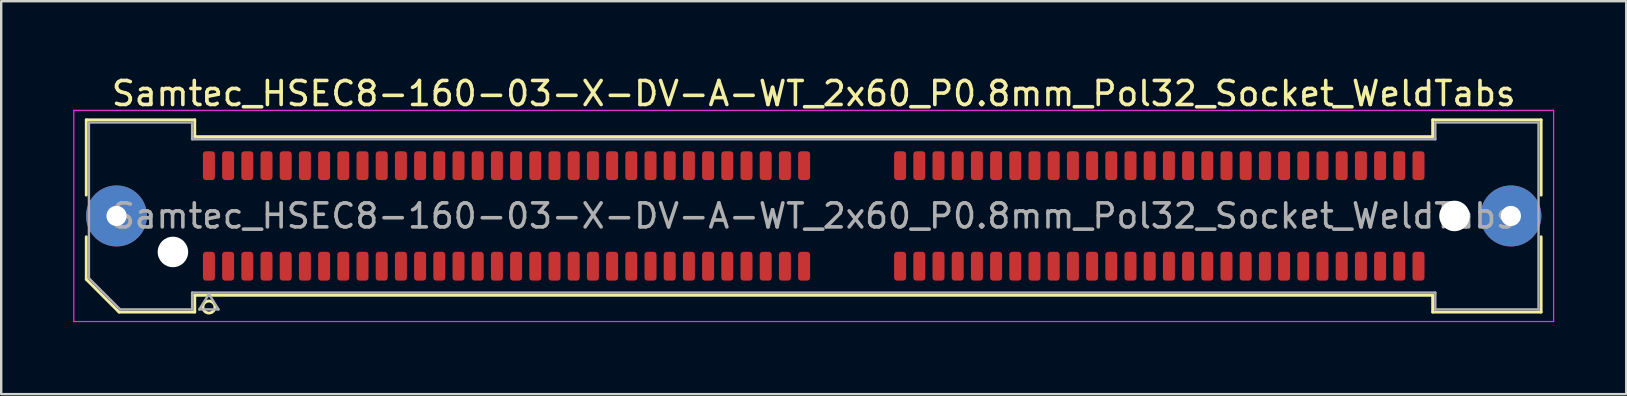
<source format=kicad_pcb>
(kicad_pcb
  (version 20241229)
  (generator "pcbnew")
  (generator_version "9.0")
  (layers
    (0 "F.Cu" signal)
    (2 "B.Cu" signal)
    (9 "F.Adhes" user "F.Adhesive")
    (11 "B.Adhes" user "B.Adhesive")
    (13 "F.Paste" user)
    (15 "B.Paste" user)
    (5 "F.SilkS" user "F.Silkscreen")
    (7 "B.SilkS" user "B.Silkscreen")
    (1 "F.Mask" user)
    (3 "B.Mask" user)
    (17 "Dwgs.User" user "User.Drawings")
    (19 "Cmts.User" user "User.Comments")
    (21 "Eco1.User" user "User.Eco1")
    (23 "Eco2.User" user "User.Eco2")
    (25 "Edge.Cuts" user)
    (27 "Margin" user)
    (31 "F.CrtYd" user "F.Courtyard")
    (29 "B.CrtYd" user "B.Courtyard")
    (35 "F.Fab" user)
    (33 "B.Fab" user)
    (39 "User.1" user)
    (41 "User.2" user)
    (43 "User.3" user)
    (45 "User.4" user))
  (footprint "Samtec_HSEC8-160-03-X-DV-A-WT_2x60_P0.8mm_Pol32_Socket_WeldTabs"
    (layer "F.Cu")
    (at 30.855 5.948)
    (property "Reference" "Samtec_HSEC8-160-03-X-DV-A-WT_2x60_P0.8mm_Pol32_Socket_WeldTabs" (at 0 -5.1 0) (layer "F.SilkS") (effects (font (size 1 1) (thickness 0.15))))
    (attr smd)
    (fp_line (start -30.31 -4.005) (end -25.79 -4.005) (stroke (width 0.12) (type solid)) (layer "F.SilkS"))
    (fp_line (start -30.31 -0.868) (end -30.31 -4.005) (stroke (width 0.12) (type solid)) (layer "F.SilkS"))
    (fp_line (start -30.31 2.641) (end -30.31 0.868) (stroke (width 0.12) (type solid)) (layer "F.SilkS"))
    (fp_line (start -28.946 4.005) (end -30.31 2.641) (stroke (width 0.12) (type solid)) (layer "F.SilkS"))
    (fp_line (start -25.79 -4.005) (end -25.79 -3.305) (stroke (width 0.12) (type solid)) (layer "F.SilkS"))
    (fp_line (start -25.79 -3.305) (end 25.79 -3.305) (stroke (width 0.12) (type solid)) (layer "F.SilkS"))
    (fp_line (start -25.79 3.305) (end -25.79 4.005) (stroke (width 0.12) (type solid)) (layer "F.SilkS"))
    (fp_line (start -25.79 4.005) (end -28.946 4.005) (stroke (width 0.12) (type solid)) (layer "F.SilkS"))
    (fp_line (start 25.79 -4.005) (end 30.31 -4.005) (stroke (width 0.12) (type solid)) (layer "F.SilkS"))
    (fp_line (start 25.79 -3.305) (end 25.79 -4.005) (stroke (width 0.12) (type solid)) (layer "F.SilkS"))
    (fp_line (start 25.79 3.305) (end -25.79 3.305) (stroke (width 0.12) (type solid)) (layer "F.SilkS"))
    (fp_line (start 25.79 4.005) (end 25.79 3.305) (stroke (width 0.12) (type solid)) (layer "F.SilkS"))
    (fp_line (start 30.31 -4.005) (end 30.31 -0.868) (stroke (width 0.12) (type solid)) (layer "F.SilkS"))
    (fp_line (start 30.31 0.868) (end 30.31 4.005) (stroke (width 0.12) (type solid)) (layer "F.SilkS"))
    (fp_line (start 30.31 4.005) (end 25.79 4.005) (stroke (width 0.12) (type solid)) (layer "F.SilkS"))
    (fp_arc (start -24.95 3.795) (mid -25.45 3.795) (end -24.95 3.795) (stroke (width 0.12) (type solid)) (layer "F.SilkS"))
    (fp_line (start -30.83 -4.4) (end -30.83 4.4) (stroke (width 0.05) (type solid)) (layer "F.CrtYd"))
    (fp_line (start -30.83 4.4) (end 30.83 4.4) (stroke (width 0.05) (type solid)) (layer "F.CrtYd"))
    (fp_line (start 30.83 -4.4) (end -30.83 -4.4) (stroke (width 0.05) (type solid)) (layer "F.CrtYd"))
    (fp_line (start 30.83 4.4) (end 30.83 -4.4) (stroke (width 0.05) (type solid)) (layer "F.CrtYd"))
    (fp_line (start -30.2 -3.895) (end -25.9 -3.895) (stroke (width 0.1) (type solid)) (layer "F.Fab"))
    (fp_line (start -30.2 2.595) (end -30.2 -3.895) (stroke (width 0.1) (type solid)) (layer "F.Fab"))
    (fp_line (start -28.9 3.895) (end -30.2 2.595) (stroke (width 0.1) (type solid)) (layer "F.Fab"))
    (fp_line (start -25.9 -3.895) (end -25.9 -3.195) (stroke (width 0.1) (type solid)) (layer "F.Fab"))
    (fp_line (start -25.9 -3.195) (end 25.9 -3.195) (stroke (width 0.1) (type solid)) (layer "F.Fab"))
    (fp_line (start -25.9 3.195) (end -25.9 3.895) (stroke (width 0.1) (type solid)) (layer "F.Fab"))
    (fp_line (start -25.9 3.895) (end -28.9 3.895) (stroke (width 0.1) (type solid)) (layer "F.Fab"))
    (fp_line (start -25.6 3.895) (end -25.2 3.255) (stroke (width 0.1) (type solid)) (layer "F.Fab"))
    (fp_line (start -25.2 3.255) (end -24.8 3.895) (stroke (width 0.1) (type solid)) (layer "F.Fab"))
    (fp_line (start -24.8 3.895) (end -25.6 3.895) (stroke (width 0.1) (type solid)) (layer "F.Fab"))
    (fp_line (start 25.9 -3.895) (end 30.2 -3.895) (stroke (width 0.1) (type solid)) (layer "F.Fab"))
    (fp_line (start 25.9 -3.195) (end 25.9 -3.895) (stroke (width 0.1) (type solid)) (layer "F.Fab"))
    (fp_line (start 25.9 3.195) (end -25.9 3.195) (stroke (width 0.1) (type solid)) (layer "F.Fab"))
    (fp_line (start 25.9 3.895) (end 25.9 3.195) (stroke (width 0.1) (type solid)) (layer "F.Fab"))
    (fp_line (start 30.2 -3.895) (end 30.2 3.895) (stroke (width 0.1) (type solid)) (layer "F.Fab"))
    (fp_line (start 30.2 3.895) (end 25.9 3.895) (stroke (width 0.1) (type solid)) (layer "F.Fab"))
    (fp_text user "${REFERENCE}" (at 0 0 0) (layer "F.Fab") (effects (font (size 1 1) (thickness 0.15))))
    (pad "" thru_hole circle (at -29.05 0) (size 2.54 2.54) (drill 0.84) (layers "*.Cu" "*.Mask" "F.Paste"))
    (pad "" np_thru_hole circle (at -26.7 1.5) (size 1.27 1.27) (drill 1.27) (layers "*.Cu" "*.Mask"))
    (pad "" np_thru_hole circle (at 26.7 0) (size 1.27 1.27) (drill 1.27) (layers "*.Cu" "*.Mask"))
    (pad "" thru_hole circle (at 29.05 0) (size 2.54 2.54) (drill 0.84) (layers "*.Cu" "*.Mask" "F.Paste"))
    (pad "1" smd roundrect (at -25.2 2.095) (size 0.5 1.2) (layers "F.Cu" "F.Mask" "F.Paste") (roundrect_rratio 0.25))
    (pad "2" smd roundrect (at -25.2 -2.095) (size 0.5 1.2) (layers "F.Cu" "F.Mask" "F.Paste") (roundrect_rratio 0.25))
    (pad "3" smd roundrect (at -24.4 2.095) (size 0.5 1.2) (layers "F.Cu" "F.Mask" "F.Paste") (roundrect_rratio 0.25))
    (pad "4" smd roundrect (at -24.4 -2.095) (size 0.5 1.2) (layers "F.Cu" "F.Mask" "F.Paste") (roundrect_rratio 0.25))
    (pad "5" smd roundrect (at -23.6 2.095) (size 0.5 1.2) (layers "F.Cu" "F.Mask" "F.Paste") (roundrect_rratio 0.25))
    (pad "6" smd roundrect (at -23.6 -2.095) (size 0.5 1.2) (layers "F.Cu" "F.Mask" "F.Paste") (roundrect_rratio 0.25))
    (pad "7" smd roundrect (at -22.8 2.095) (size 0.5 1.2) (layers "F.Cu" "F.Mask" "F.Paste") (roundrect_rratio 0.25))
    (pad "8" smd roundrect (at -22.8 -2.095) (size 0.5 1.2) (layers "F.Cu" "F.Mask" "F.Paste") (roundrect_rratio 0.25))
    (pad "9" smd roundrect (at -22 2.095) (size 0.5 1.2) (layers "F.Cu" "F.Mask" "F.Paste") (roundrect_rratio 0.25))
    (pad "10" smd roundrect (at -22 -2.095) (size 0.5 1.2) (layers "F.Cu" "F.Mask" "F.Paste") (roundrect_rratio 0.25))
    (pad "11" smd roundrect (at -21.2 2.095) (size 0.5 1.2) (layers "F.Cu" "F.Mask" "F.Paste") (roundrect_rratio 0.25))
    (pad "12" smd roundrect (at -21.2 -2.095) (size 0.5 1.2) (layers "F.Cu" "F.Mask" "F.Paste") (roundrect_rratio 0.25))
    (pad "13" smd roundrect (at -20.4 2.095) (size 0.5 1.2) (layers "F.Cu" "F.Mask" "F.Paste") (roundrect_rratio 0.25))
    (pad "14" smd roundrect (at -20.4 -2.095) (size 0.5 1.2) (layers "F.Cu" "F.Mask" "F.Paste") (roundrect_rratio 0.25))
    (pad "15" smd roundrect (at -19.6 2.095) (size 0.5 1.2) (layers "F.Cu" "F.Mask" "F.Paste") (roundrect_rratio 0.25))
    (pad "16" smd roundrect (at -19.6 -2.095) (size 0.5 1.2) (layers "F.Cu" "F.Mask" "F.Paste") (roundrect_rratio 0.25))
    (pad "17" smd roundrect (at -18.8 2.095) (size 0.5 1.2) (layers "F.Cu" "F.Mask" "F.Paste") (roundrect_rratio 0.25))
    (pad "18" smd roundrect (at -18.8 -2.095) (size 0.5 1.2) (layers "F.Cu" "F.Mask" "F.Paste") (roundrect_rratio 0.25))
    (pad "19" smd roundrect (at -18 2.095) (size 0.5 1.2) (layers "F.Cu" "F.Mask" "F.Paste") (roundrect_rratio 0.25))
    (pad "20" smd roundrect (at -18 -2.095) (size 0.5 1.2) (layers "F.Cu" "F.Mask" "F.Paste") (roundrect_rratio 0.25))
    (pad "21" smd roundrect (at -17.2 2.095) (size 0.5 1.2) (layers "F.Cu" "F.Mask" "F.Paste") (roundrect_rratio 0.25))
    (pad "22" smd roundrect (at -17.2 -2.095) (size 0.5 1.2) (layers "F.Cu" "F.Mask" "F.Paste") (roundrect_rratio 0.25))
    (pad "23" smd roundrect (at -16.4 2.095) (size 0.5 1.2) (layers "F.Cu" "F.Mask" "F.Paste") (roundrect_rratio 0.25))
    (pad "24" smd roundrect (at -16.4 -2.095) (size 0.5 1.2) (layers "F.Cu" "F.Mask" "F.Paste") (roundrect_rratio 0.25))
    (pad "25" smd roundrect (at -15.6 2.095) (size 0.5 1.2) (layers "F.Cu" "F.Mask" "F.Paste") (roundrect_rratio 0.25))
    (pad "26" smd roundrect (at -15.6 -2.095) (size 0.5 1.2) (layers "F.Cu" "F.Mask" "F.Paste") (roundrect_rratio 0.25))
    (pad "27" smd roundrect (at -14.8 2.095) (size 0.5 1.2) (layers "F.Cu" "F.Mask" "F.Paste") (roundrect_rratio 0.25))
    (pad "28" smd roundrect (at -14.8 -2.095) (size 0.5 1.2) (layers "F.Cu" "F.Mask" "F.Paste") (roundrect_rratio 0.25))
    (pad "29" smd roundrect (at -14 2.095) (size 0.5 1.2) (layers "F.Cu" "F.Mask" "F.Paste") (roundrect_rratio 0.25))
    (pad "30" smd roundrect (at -14 -2.095) (size 0.5 1.2) (layers "F.Cu" "F.Mask" "F.Paste") (roundrect_rratio 0.25))
    (pad "31" smd roundrect (at -13.2 2.095) (size 0.5 1.2) (layers "F.Cu" "F.Mask" "F.Paste") (roundrect_rratio 0.25))
    (pad "32" smd roundrect (at -13.2 -2.095) (size 0.5 1.2) (layers "F.Cu" "F.Mask" "F.Paste") (roundrect_rratio 0.25))
    (pad "33" smd roundrect (at -12.4 2.095) (size 0.5 1.2) (layers "F.Cu" "F.Mask" "F.Paste") (roundrect_rratio 0.25))
    (pad "34" smd roundrect (at -12.4 -2.095) (size 0.5 1.2) (layers "F.Cu" "F.Mask" "F.Paste") (roundrect_rratio 0.25))
    (pad "35" smd roundrect (at -11.6 2.095) (size 0.5 1.2) (layers "F.Cu" "F.Mask" "F.Paste") (roundrect_rratio 0.25))
    (pad "36" smd roundrect (at -11.6 -2.095) (size 0.5 1.2) (layers "F.Cu" "F.Mask" "F.Paste") (roundrect_rratio 0.25))
    (pad "37" smd roundrect (at -10.8 2.095) (size 0.5 1.2) (layers "F.Cu" "F.Mask" "F.Paste") (roundrect_rratio 0.25))
    (pad "38" smd roundrect (at -10.8 -2.095) (size 0.5 1.2) (layers "F.Cu" "F.Mask" "F.Paste") (roundrect_rratio 0.25))
    (pad "39" smd roundrect (at -10 2.095) (size 0.5 1.2) (layers "F.Cu" "F.Mask" "F.Paste") (roundrect_rratio 0.25))
    (pad "40" smd roundrect (at -10 -2.095) (size 0.5 1.2) (layers "F.Cu" "F.Mask" "F.Paste") (roundrect_rratio 0.25))
    (pad "41" smd roundrect (at -9.2 2.095) (size 0.5 1.2) (layers "F.Cu" "F.Mask" "F.Paste") (roundrect_rratio 0.25))
    (pad "42" smd roundrect (at -9.2 -2.095) (size 0.5 1.2) (layers "F.Cu" "F.Mask" "F.Paste") (roundrect_rratio 0.25))
    (pad "43" smd roundrect (at -8.4 2.095) (size 0.5 1.2) (layers "F.Cu" "F.Mask" "F.Paste") (roundrect_rratio 0.25))
    (pad "44" smd roundrect (at -8.4 -2.095) (size 0.5 1.2) (layers "F.Cu" "F.Mask" "F.Paste") (roundrect_rratio 0.25))
    (pad "45" smd roundrect (at -7.6 2.095) (size 0.5 1.2) (layers "F.Cu" "F.Mask" "F.Paste") (roundrect_rratio 0.25))
    (pad "46" smd roundrect (at -7.6 -2.095) (size 0.5 1.2) (layers "F.Cu" "F.Mask" "F.Paste") (roundrect_rratio 0.25))
    (pad "47" smd roundrect (at -6.8 2.095) (size 0.5 1.2) (layers "F.Cu" "F.Mask" "F.Paste") (roundrect_rratio 0.25))
    (pad "48" smd roundrect (at -6.8 -2.095) (size 0.5 1.2) (layers "F.Cu" "F.Mask" "F.Paste") (roundrect_rratio 0.25))
    (pad "49" smd roundrect (at -6 2.095) (size 0.5 1.2) (layers "F.Cu" "F.Mask" "F.Paste") (roundrect_rratio 0.25))
    (pad "50" smd roundrect (at -6 -2.095) (size 0.5 1.2) (layers "F.Cu" "F.Mask" "F.Paste") (roundrect_rratio 0.25))
    (pad "51" smd roundrect (at -5.2 2.095) (size 0.5 1.2) (layers "F.Cu" "F.Mask" "F.Paste") (roundrect_rratio 0.25))
    (pad "52" smd roundrect (at -5.2 -2.095) (size 0.5 1.2) (layers "F.Cu" "F.Mask" "F.Paste") (roundrect_rratio 0.25))
    (pad "53" smd roundrect (at -4.4 2.095) (size 0.5 1.2) (layers "F.Cu" "F.Mask" "F.Paste") (roundrect_rratio 0.25))
    (pad "54" smd roundrect (at -4.4 -2.095) (size 0.5 1.2) (layers "F.Cu" "F.Mask" "F.Paste") (roundrect_rratio 0.25))
    (pad "55" smd roundrect (at -3.6 2.095) (size 0.5 1.2) (layers "F.Cu" "F.Mask" "F.Paste") (roundrect_rratio 0.25))
    (pad "56" smd roundrect (at -3.6 -2.095) (size 0.5 1.2) (layers "F.Cu" "F.Mask" "F.Paste") (roundrect_rratio 0.25))
    (pad "57" smd roundrect (at -2.8 2.095) (size 0.5 1.2) (layers "F.Cu" "F.Mask" "F.Paste") (roundrect_rratio 0.25))
    (pad "58" smd roundrect (at -2.8 -2.095) (size 0.5 1.2) (layers "F.Cu" "F.Mask" "F.Paste") (roundrect_rratio 0.25))
    (pad "59" smd roundrect (at -2 2.095) (size 0.5 1.2) (layers "F.Cu" "F.Mask" "F.Paste") (roundrect_rratio 0.25))
    (pad "60" smd roundrect (at -2 -2.095) (size 0.5 1.2) (layers "F.Cu" "F.Mask" "F.Paste") (roundrect_rratio 0.25))
    (pad "61" smd roundrect (at -1.2 2.095) (size 0.5 1.2) (layers "F.Cu" "F.Mask" "F.Paste") (roundrect_rratio 0.25))
    (pad "62" smd roundrect (at -1.2 -2.095) (size 0.5 1.2) (layers "F.Cu" "F.Mask" "F.Paste") (roundrect_rratio 0.25))
    (pad "63" smd roundrect (at -0.4 2.095) (size 0.5 1.2) (layers "F.Cu" "F.Mask" "F.Paste") (roundrect_rratio 0.25))
    (pad "64" smd roundrect (at -0.4 -2.095) (size 0.5 1.2) (layers "F.Cu" "F.Mask" "F.Paste") (roundrect_rratio 0.25))
    (pad "65" smd roundrect (at 3.6 2.095) (size 0.5 1.2) (layers "F.Cu" "F.Mask" "F.Paste") (roundrect_rratio 0.25))
    (pad "66" smd roundrect (at 3.6 -2.095) (size 0.5 1.2) (layers "F.Cu" "F.Mask" "F.Paste") (roundrect_rratio 0.25))
    (pad "67" smd roundrect (at 4.4 2.095) (size 0.5 1.2) (layers "F.Cu" "F.Mask" "F.Paste") (roundrect_rratio 0.25))
    (pad "68" smd roundrect (at 4.4 -2.095) (size 0.5 1.2) (layers "F.Cu" "F.Mask" "F.Paste") (roundrect_rratio 0.25))
    (pad "69" smd roundrect (at 5.2 2.095) (size 0.5 1.2) (layers "F.Cu" "F.Mask" "F.Paste") (roundrect_rratio 0.25))
    (pad "70" smd roundrect (at 5.2 -2.095) (size 0.5 1.2) (layers "F.Cu" "F.Mask" "F.Paste") (roundrect_rratio 0.25))
    (pad "71" smd roundrect (at 6 2.095) (size 0.5 1.2) (layers "F.Cu" "F.Mask" "F.Paste") (roundrect_rratio 0.25))
    (pad "72" smd roundrect (at 6 -2.095) (size 0.5 1.2) (layers "F.Cu" "F.Mask" "F.Paste") (roundrect_rratio 0.25))
    (pad "73" smd roundrect (at 6.8 2.095) (size 0.5 1.2) (layers "F.Cu" "F.Mask" "F.Paste") (roundrect_rratio 0.25))
    (pad "74" smd roundrect (at 6.8 -2.095) (size 0.5 1.2) (layers "F.Cu" "F.Mask" "F.Paste") (roundrect_rratio 0.25))
    (pad "75" smd roundrect (at 7.6 2.095) (size 0.5 1.2) (layers "F.Cu" "F.Mask" "F.Paste") (roundrect_rratio 0.25))
    (pad "76" smd roundrect (at 7.6 -2.095) (size 0.5 1.2) (layers "F.Cu" "F.Mask" "F.Paste") (roundrect_rratio 0.25))
    (pad "77" smd roundrect (at 8.4 2.095) (size 0.5 1.2) (layers "F.Cu" "F.Mask" "F.Paste") (roundrect_rratio 0.25))
    (pad "78" smd roundrect (at 8.4 -2.095) (size 0.5 1.2) (layers "F.Cu" "F.Mask" "F.Paste") (roundrect_rratio 0.25))
    (pad "79" smd roundrect (at 9.2 2.095) (size 0.5 1.2) (layers "F.Cu" "F.Mask" "F.Paste") (roundrect_rratio 0.25))
    (pad "80" smd roundrect (at 9.2 -2.095) (size 0.5 1.2) (layers "F.Cu" "F.Mask" "F.Paste") (roundrect_rratio 0.25))
    (pad "81" smd roundrect (at 10 2.095) (size 0.5 1.2) (layers "F.Cu" "F.Mask" "F.Paste") (roundrect_rratio 0.25))
    (pad "82" smd roundrect (at 10 -2.095) (size 0.5 1.2) (layers "F.Cu" "F.Mask" "F.Paste") (roundrect_rratio 0.25))
    (pad "83" smd roundrect (at 10.8 2.095) (size 0.5 1.2) (layers "F.Cu" "F.Mask" "F.Paste") (roundrect_rratio 0.25))
    (pad "84" smd roundrect (at 10.8 -2.095) (size 0.5 1.2) (layers "F.Cu" "F.Mask" "F.Paste") (roundrect_rratio 0.25))
    (pad "85" smd roundrect (at 11.6 2.095) (size 0.5 1.2) (layers "F.Cu" "F.Mask" "F.Paste") (roundrect_rratio 0.25))
    (pad "86" smd roundrect (at 11.6 -2.095) (size 0.5 1.2) (layers "F.Cu" "F.Mask" "F.Paste") (roundrect_rratio 0.25))
    (pad "87" smd roundrect (at 12.4 2.095) (size 0.5 1.2) (layers "F.Cu" "F.Mask" "F.Paste") (roundrect_rratio 0.25))
    (pad "88" smd roundrect (at 12.4 -2.095) (size 0.5 1.2) (layers "F.Cu" "F.Mask" "F.Paste") (roundrect_rratio 0.25))
    (pad "89" smd roundrect (at 13.2 2.095) (size 0.5 1.2) (layers "F.Cu" "F.Mask" "F.Paste") (roundrect_rratio 0.25))
    (pad "90" smd roundrect (at 13.2 -2.095) (size 0.5 1.2) (layers "F.Cu" "F.Mask" "F.Paste") (roundrect_rratio 0.25))
    (pad "91" smd roundrect (at 14 2.095) (size 0.5 1.2) (layers "F.Cu" "F.Mask" "F.Paste") (roundrect_rratio 0.25))
    (pad "92" smd roundrect (at 14 -2.095) (size 0.5 1.2) (layers "F.Cu" "F.Mask" "F.Paste") (roundrect_rratio 0.25))
    (pad "93" smd roundrect (at 14.8 2.095) (size 0.5 1.2) (layers "F.Cu" "F.Mask" "F.Paste") (roundrect_rratio 0.25))
    (pad "94" smd roundrect (at 14.8 -2.095) (size 0.5 1.2) (layers "F.Cu" "F.Mask" "F.Paste") (roundrect_rratio 0.25))
    (pad "95" smd roundrect (at 15.6 2.095) (size 0.5 1.2) (layers "F.Cu" "F.Mask" "F.Paste") (roundrect_rratio 0.25))
    (pad "96" smd roundrect (at 15.6 -2.095) (size 0.5 1.2) (layers "F.Cu" "F.Mask" "F.Paste") (roundrect_rratio 0.25))
    (pad "97" smd roundrect (at 16.4 2.095) (size 0.5 1.2) (layers "F.Cu" "F.Mask" "F.Paste") (roundrect_rratio 0.25))
    (pad "98" smd roundrect (at 16.4 -2.095) (size 0.5 1.2) (layers "F.Cu" "F.Mask" "F.Paste") (roundrect_rratio 0.25))
    (pad "99" smd roundrect (at 17.2 2.095) (size 0.5 1.2) (layers "F.Cu" "F.Mask" "F.Paste") (roundrect_rratio 0.25))
    (pad "100" smd roundrect (at 17.2 -2.095) (size 0.5 1.2) (layers "F.Cu" "F.Mask" "F.Paste") (roundrect_rratio 0.25))
    (pad "101" smd roundrect (at 18 2.095) (size 0.5 1.2) (layers "F.Cu" "F.Mask" "F.Paste") (roundrect_rratio 0.25))
    (pad "102" smd roundrect (at 18 -2.095) (size 0.5 1.2) (layers "F.Cu" "F.Mask" "F.Paste") (roundrect_rratio 0.25))
    (pad "103" smd roundrect (at 18.8 2.095) (size 0.5 1.2) (layers "F.Cu" "F.Mask" "F.Paste") (roundrect_rratio 0.25))
    (pad "104" smd roundrect (at 18.8 -2.095) (size 0.5 1.2) (layers "F.Cu" "F.Mask" "F.Paste") (roundrect_rratio 0.25))
    (pad "105" smd roundrect (at 19.6 2.095) (size 0.5 1.2) (layers "F.Cu" "F.Mask" "F.Paste") (roundrect_rratio 0.25))
    (pad "106" smd roundrect (at 19.6 -2.095) (size 0.5 1.2) (layers "F.Cu" "F.Mask" "F.Paste") (roundrect_rratio 0.25))
    (pad "107" smd roundrect (at 20.4 2.095) (size 0.5 1.2) (layers "F.Cu" "F.Mask" "F.Paste") (roundrect_rratio 0.25))
    (pad "108" smd roundrect (at 20.4 -2.095) (size 0.5 1.2) (layers "F.Cu" "F.Mask" "F.Paste") (roundrect_rratio 0.25))
    (pad "109" smd roundrect (at 21.2 2.095) (size 0.5 1.2) (layers "F.Cu" "F.Mask" "F.Paste") (roundrect_rratio 0.25))
    (pad "110" smd roundrect (at 21.2 -2.095) (size 0.5 1.2) (layers "F.Cu" "F.Mask" "F.Paste") (roundrect_rratio 0.25))
    (pad "111" smd roundrect (at 22 2.095) (size 0.5 1.2) (layers "F.Cu" "F.Mask" "F.Paste") (roundrect_rratio 0.25))
    (pad "112" smd roundrect (at 22 -2.095) (size 0.5 1.2) (layers "F.Cu" "F.Mask" "F.Paste") (roundrect_rratio 0.25))
    (pad "113" smd roundrect (at 22.8 2.095) (size 0.5 1.2) (layers "F.Cu" "F.Mask" "F.Paste") (roundrect_rratio 0.25))
    (pad "114" smd roundrect (at 22.8 -2.095) (size 0.5 1.2) (layers "F.Cu" "F.Mask" "F.Paste") (roundrect_rratio 0.25))
    (pad "115" smd roundrect (at 23.6 2.095) (size 0.5 1.2) (layers "F.Cu" "F.Mask" "F.Paste") (roundrect_rratio 0.25))
    (pad "116" smd roundrect (at 23.6 -2.095) (size 0.5 1.2) (layers "F.Cu" "F.Mask" "F.Paste") (roundrect_rratio 0.25))
    (pad "117" smd roundrect (at 24.4 2.095) (size 0.5 1.2) (layers "F.Cu" "F.Mask" "F.Paste") (roundrect_rratio 0.25))
    (pad "118" smd roundrect (at 24.4 -2.095) (size 0.5 1.2) (layers "F.Cu" "F.Mask" "F.Paste") (roundrect_rratio 0.25))
    (pad "119" smd roundrect (at 25.2 2.095) (size 0.5 1.2) (layers "F.Cu" "F.Mask" "F.Paste") (roundrect_rratio 0.25))
    (pad "120" smd roundrect (at 25.2 -2.095) (size 0.5 1.2) (layers "F.Cu" "F.Mask" "F.Paste") (roundrect_rratio 0.25)))
  (gr_rect
    (start -3 -3)
    (end 64.71 13.373)
    (stroke (width 0.1) (type default))
    (fill no)
    (layer "Edge.Cuts")))
</source>
